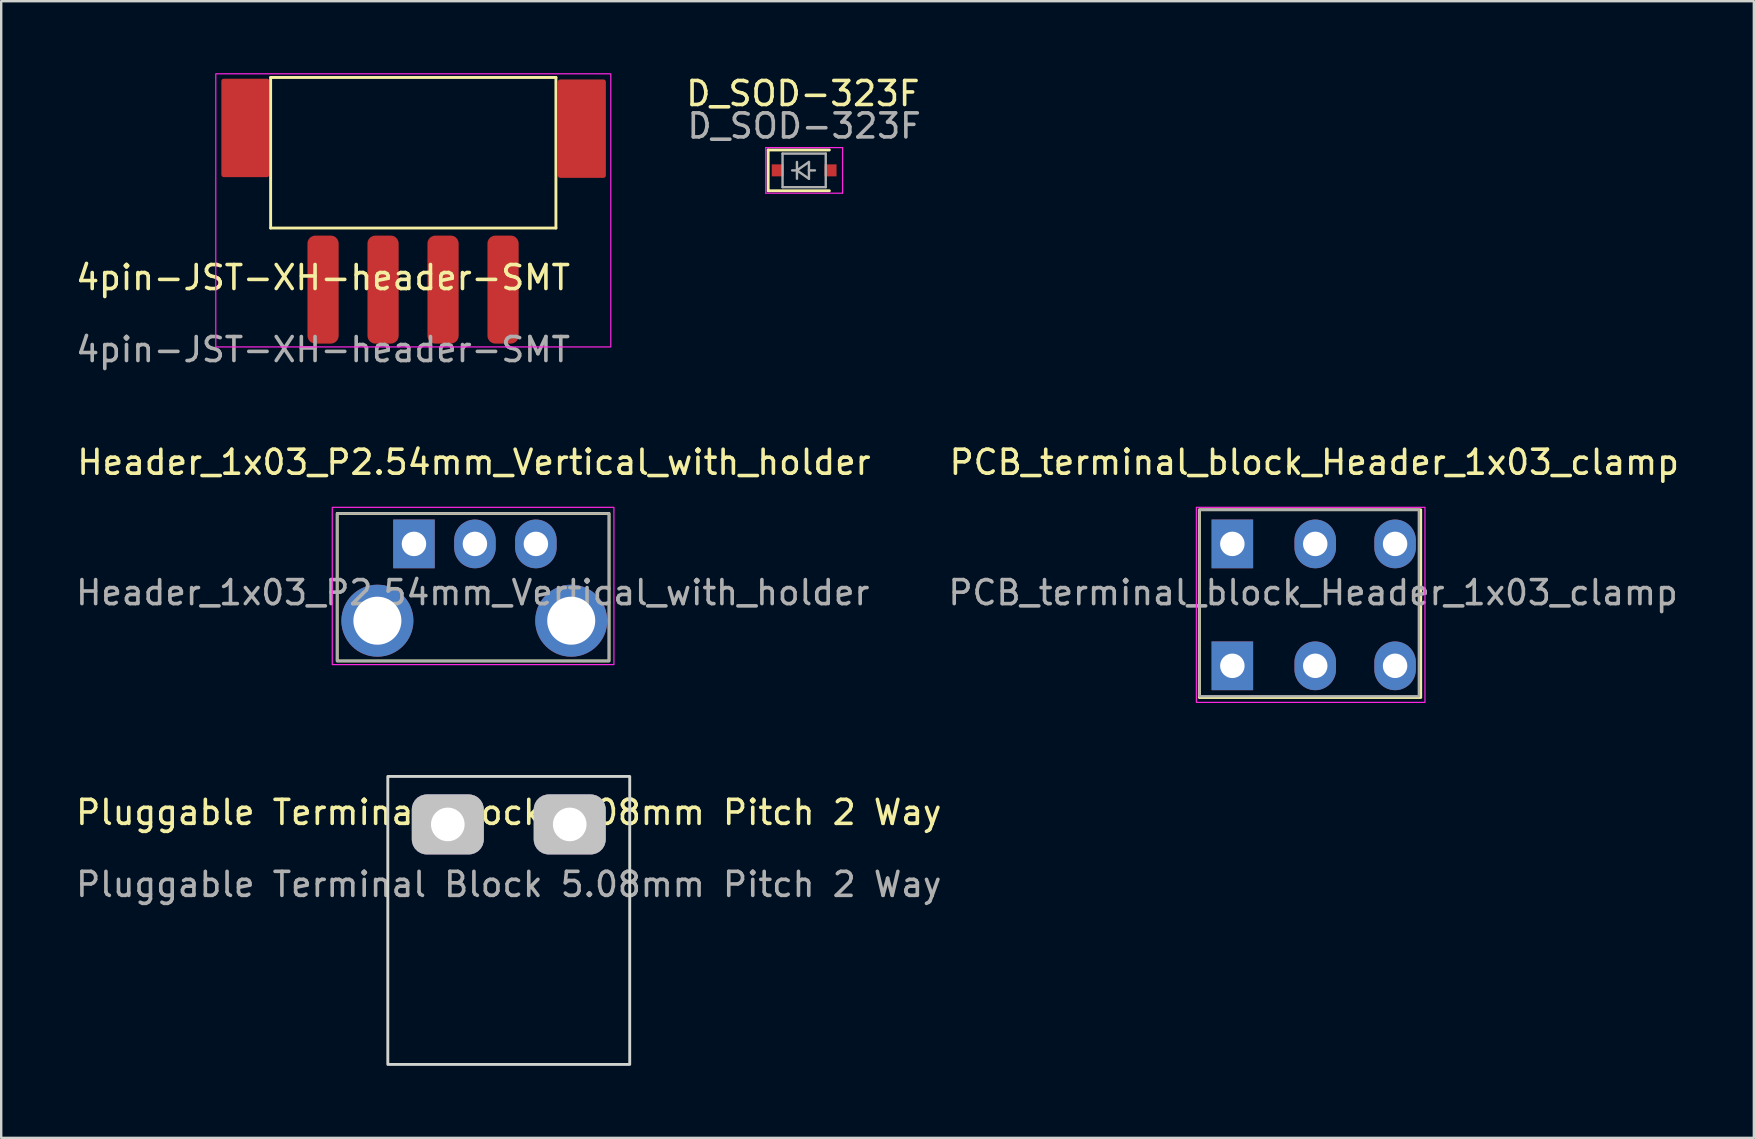
<source format=kicad_pcb>
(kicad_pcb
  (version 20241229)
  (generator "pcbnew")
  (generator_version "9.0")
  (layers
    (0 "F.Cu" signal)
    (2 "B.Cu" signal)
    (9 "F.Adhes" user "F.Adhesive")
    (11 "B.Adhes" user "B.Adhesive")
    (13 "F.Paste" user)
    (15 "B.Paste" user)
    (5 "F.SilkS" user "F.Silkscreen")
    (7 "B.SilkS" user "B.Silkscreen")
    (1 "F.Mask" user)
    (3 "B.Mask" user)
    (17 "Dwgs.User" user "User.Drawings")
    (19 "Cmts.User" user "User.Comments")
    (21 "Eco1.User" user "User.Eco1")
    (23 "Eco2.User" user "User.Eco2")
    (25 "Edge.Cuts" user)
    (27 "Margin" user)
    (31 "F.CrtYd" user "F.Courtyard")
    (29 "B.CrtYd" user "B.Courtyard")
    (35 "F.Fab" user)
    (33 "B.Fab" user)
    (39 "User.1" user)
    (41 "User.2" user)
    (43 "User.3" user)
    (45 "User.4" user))
  (footprint "D_SOD-323F"
    (layer "F.Cu")
    (at 30.457 4.049)
    (property "Reference" "D_SOD-323F" (at -0.051 -3.2 0) (layer "F.SilkS") (effects (font (size 1 1) (thickness 0.15))))
    (attr smd)
    (fp_line (start -1.5 -0.85) (end -1.5 0.85) (stroke (width 0.12) (type solid)) (layer "F.SilkS"))
    (fp_line (start -1.5 -0.85) (end 1.05 -0.85) (stroke (width 0.12) (type solid)) (layer "F.SilkS"))
    (fp_line (start -1.5 0.85) (end 1.05 0.85) (stroke (width 0.12) (type solid)) (layer "F.SilkS"))
    (fp_line (start -1.6 -0.95) (end -1.6 0.95) (stroke (width 0.05) (type solid)) (layer "F.CrtYd"))
    (fp_line (start -1.6 -0.95) (end 1.6 -0.95) (stroke (width 0.05) (type solid)) (layer "F.CrtYd"))
    (fp_line (start -1.6 0.95) (end 1.6 0.95) (stroke (width 0.05) (type solid)) (layer "F.CrtYd"))
    (fp_line (start 1.6 -0.95) (end 1.6 0.95) (stroke (width 0.05) (type solid)) (layer "F.CrtYd"))
    (fp_line (start -0.9 -0.7) (end 0.9 -0.7) (stroke (width 0.1) (type solid)) (layer "F.Fab"))
    (fp_line (start -0.9 0.7) (end -0.9 -0.7) (stroke (width 0.1) (type solid)) (layer "F.Fab"))
    (fp_line (start -0.3 -0.35) (end -0.3 0.35) (stroke (width 0.1) (type solid)) (layer "F.Fab"))
    (fp_line (start -0.3 0) (end -0.5 0) (stroke (width 0.1) (type solid)) (layer "F.Fab"))
    (fp_line (start -0.3 0) (end 0.2 -0.35) (stroke (width 0.1) (type solid)) (layer "F.Fab"))
    (fp_line (start 0.2 -0.35) (end 0.2 0.35) (stroke (width 0.1) (type solid)) (layer "F.Fab"))
    (fp_line (start 0.2 0) (end 0.45 0) (stroke (width 0.1) (type solid)) (layer "F.Fab"))
    (fp_line (start 0.2 0.35) (end -0.3 0) (stroke (width 0.1) (type solid)) (layer "F.Fab"))
    (fp_line (start 0.9 -0.7) (end 0.9 0.7) (stroke (width 0.1) (type solid)) (layer "F.Fab"))
    (fp_line (start 0.9 0.7) (end -0.9 0.7) (stroke (width 0.1) (type solid)) (layer "F.Fab"))
    (fp_text user "${REFERENCE}" (at 0 -1.85 0) (layer "F.Fab") (effects (font (size 1 1) (thickness 0.15))))
    (pad "1" smd rect (at -1.1 0) (size 0.5 0.5) (layers "F.Cu" "F.Mask" "F.Paste"))
    (pad "2" smd rect (at 1.1 0) (size 0.5 0.5) (layers "F.Cu" "F.Mask" "F.Paste")))
  (footprint "4pin-JST-XH-header-SMT"
    (layer "F.Cu")
    (at 10.411 9.017)
    (property "Reference" "4pin-JST-XH-header-SMT" (at 0 -0.5 0) (unlocked yes) (layer "F.SilkS") (effects (font (size 1 1) (thickness 0.15))))
    (attr smd)
    (fp_rect (start -4.137 -8.687) (end -2.337 -4.787) (stroke (width 0.2) (type solid)) (fill yes) (layer "F.Cu"))
    (fp_rect (start 9.884 -8.656) (end 11.684 -4.756) (stroke (width 0.2) (type solid)) (fill yes) (layer "F.Cu"))
    (fp_line (start -2.184 -8.839) (end -2.184 -2.565) (stroke (width 0.12) (type solid)) (layer "F.SilkS"))
    (fp_line (start -2.184 -8.839) (end 9.703 -8.839) (stroke (width 0.12) (type solid)) (layer "F.SilkS"))
    (fp_line (start 9.703 -8.839) (end 9.703 -2.565) (stroke (width 0.12) (type solid)) (layer "F.SilkS"))
    (fp_line (start 9.703 -2.565) (end -2.184 -2.565) (stroke (width 0.12) (type solid)) (layer "F.SilkS"))
    (fp_rect (start -4.47 -8.992) (end 11.989 2.388) (stroke (width 0.05) (type solid)) (fill no) (layer "F.CrtYd"))
    (fp_text user "${REFERENCE}" (at 0 2.5 0) (unlocked yes) (layer "F.Fab") (effects (font (size 1 1) (thickness 0.15))))
    (pad "1" smd roundrect (at 0 0) (size 1.3 4.5) (layers "F.Cu" "F.Mask" "F.Paste") (roundrect_rratio 0.25))
    (pad "2" smd roundrect (at 2.5 0) (size 1.3 4.5) (layers "F.Cu" "F.Mask" "F.Paste") (roundrect_rratio 0.25))
    (pad "3" smd roundrect (at 5 0) (size 1.3 4.5) (layers "F.Cu" "F.Mask" "F.Paste") (roundrect_rratio 0.25))
    (pad "4" smd roundrect (at 7.5 0) (size 1.3 4.5) (layers "F.Cu" "F.Mask" "F.Paste") (roundrect_rratio 0.25)))
  (footprint "Pluggable Terminal Block 5.08mm Pitch 2 Way"
    (layer "F.Cu")
    (at 18.149 31.302)
    (property "Reference" "Pluggable Terminal Block 5.08mm Pitch 2 Way" (at 0 -0.5 0) (unlocked yes) (layer "F.SilkS") (effects (font (size 1 1) (thickness 0.15))))
    (attr smd)
    (fp_rect (start -5.04 -2) (end 5.04 10) (stroke (width 0.12) (type solid)) (fill no) (layer "Edge.Cuts"))
    (fp_text user "${REFERENCE}" (at 0 2.5 0) (unlocked yes) (layer "F.Fab") (effects (font (size 1 1) (thickness 0.15))))
    (pad "1" thru_hole roundrect (at -2.54 0) (size 3 2.5) (drill 1.4) (layers "*.Cu" "*.Mask" "Dwgs.User") (roundrect_rratio 0.25))
    (pad "2" thru_hole roundrect (at 2.54 0) (size 3 2.5) (drill 1.4) (layers "*.Cu" "*.Mask" "Dwgs.User") (roundrect_rratio 0.25)))
  (footprint "Header_1x03_P2.54mm_Vertical_with_holder"
    (layer "F.Cu")
    (at 14.199 19.613)
    (property "Reference" "Header_1x03_P2.54mm_Vertical_with_holder" (at 2.5 -3.4 0) (layer "F.SilkS") (effects (font (size 1 1) (thickness 0.15))))
    (attr through_hole)
    (fp_rect (start -3.2 -1.27) (end 8.128 4.877) (stroke (width 0.12) (type solid)) (fill no) (layer "F.SilkS"))
    (fp_rect (start 8.331 -1.524) (end -3.404 5.029) (stroke (width 0.05) (type solid)) (fill no) (layer "F.CrtYd"))
    (fp_rect (start -3.2 -1.27) (end 8.128 4.877) (stroke (width 0.1) (type solid)) (fill no) (layer "F.Fab"))
    (fp_text user "${REFERENCE}" (at 2.45 2.032 0) (layer "F.Fab") (effects (font (size 1 1) (thickness 0.15))))
    (pad "" thru_hole circle (at -1.524 3.2) (size 3 3) (drill 2) (layers "*.Cu" "*.Mask"))
    (pad "" thru_hole circle (at 6.553 3.2) (size 3 3) (drill 2) (layers "*.Cu" "*.Mask"))
    (pad "1" thru_hole rect (at 0 0 90) (size 2.03 1.73) (drill 1.02) (layers "*.Cu" "*.Mask"))
    (pad "2" thru_hole oval (at 2.54 0 90) (size 2.03 1.73) (drill 1.02) (layers "*.Cu" "*.Mask"))
    (pad "3" thru_hole oval (at 5.08 0 90) (size 2.03 1.73) (drill 1.02) (layers "*.Cu" "*.Mask")))
  (footprint "PCB_terminal_block_Header_1x03_clamp"
    (layer "F.Cu")
    (at 49.213 19.613)
    (property "Reference" "PCB_terminal_block_Header_1x03_clamp" (at 2.5 -3.4 0) (layer "F.SilkS") (effects (font (size 1 1) (thickness 0.15))))
    (attr through_hole)
    (fp_rect (start -2.286 -1.422) (end 6.934 6.401) (stroke (width 0.12) (type solid)) (fill no) (layer "F.SilkS"))
    (fp_rect (start 7.112 -1.524) (end -2.413 6.604) (stroke (width 0.05) (type solid)) (fill no) (layer "F.CrtYd"))
    (fp_rect (start -2.286 -1.422) (end 6.858 6.35) (stroke (width 0.1) (type solid)) (fill no) (layer "F.Fab"))
    (fp_text user "${REFERENCE}" (at 2.45 2.032 0) (layer "F.Fab") (effects (font (size 1 1) (thickness 0.15))))
    (pad "1" thru_hole rect (at -0.914 0 90) (size 2.03 1.73) (drill 1.02) (layers "*.Cu" "*.Mask"))
    (pad "1" thru_hole rect (at -0.914 5.08 90) (size 2.03 1.73) (drill 1.02) (layers "*.Cu" "*.Mask"))
    (pad "2" thru_hole oval (at 2.54 0 90) (size 2.03 1.73) (drill 1.02) (layers "*.Cu" "*.Mask"))
    (pad "2" thru_hole oval (at 2.54 5.08 90) (size 2.03 1.73) (drill 1.02) (layers "*.Cu" "*.Mask"))
    (pad "3" thru_hole oval (at 5.867 0 90) (size 2.03 1.73) (drill 1.02) (layers "*.Cu" "*.Mask"))
    (pad "3" thru_hole oval (at 5.867 5.08 90) (size 2.03 1.73) (drill 1.02) (layers "*.Cu" "*.Mask")))
  (gr_rect
    (start -3 -3)
    (end 70.029 44.362)
    (stroke (width 0.1) (type default))
    (fill no)
    (layer "Edge.Cuts")))
</source>
